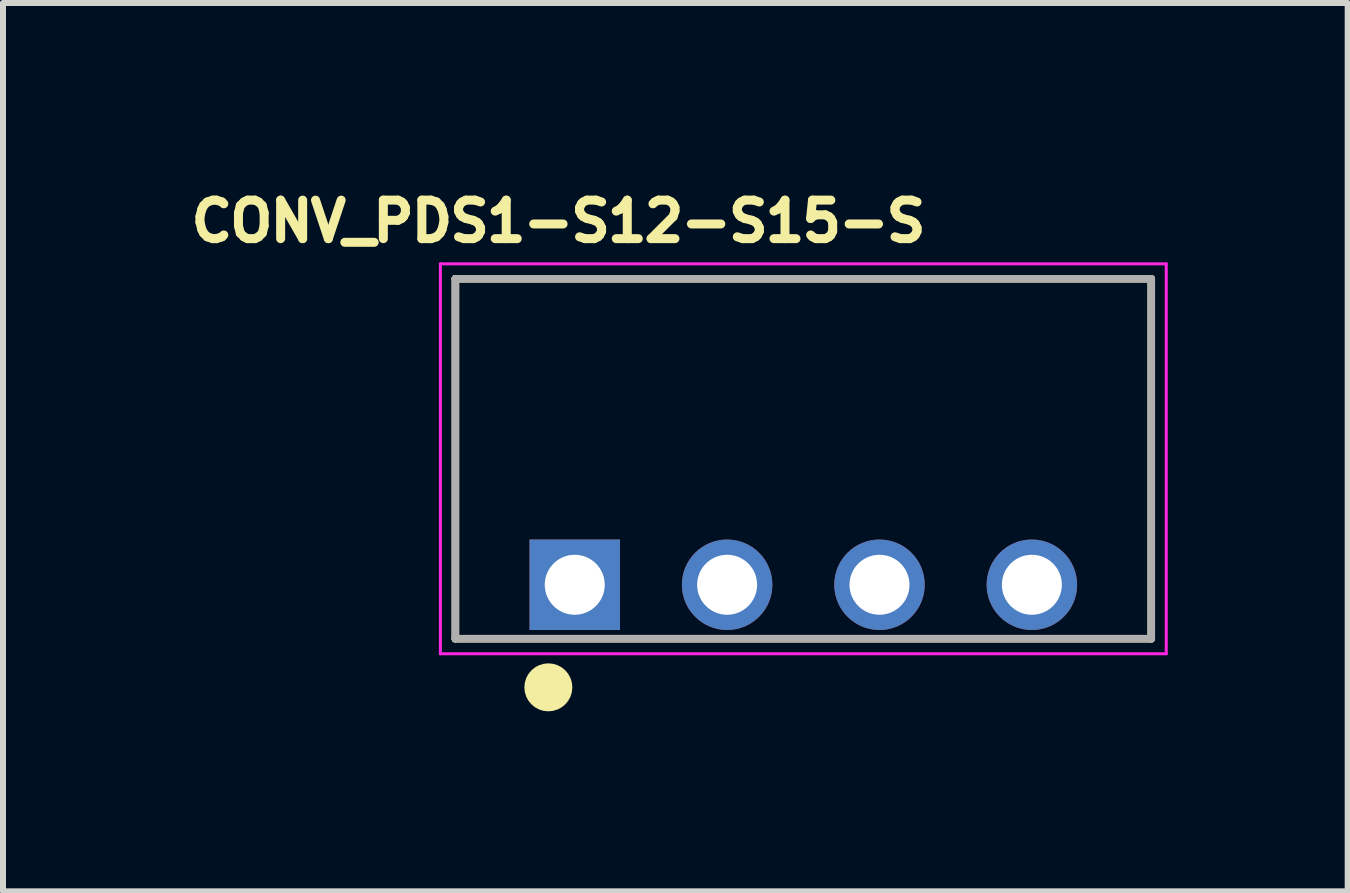
<source format=kicad_pcb>
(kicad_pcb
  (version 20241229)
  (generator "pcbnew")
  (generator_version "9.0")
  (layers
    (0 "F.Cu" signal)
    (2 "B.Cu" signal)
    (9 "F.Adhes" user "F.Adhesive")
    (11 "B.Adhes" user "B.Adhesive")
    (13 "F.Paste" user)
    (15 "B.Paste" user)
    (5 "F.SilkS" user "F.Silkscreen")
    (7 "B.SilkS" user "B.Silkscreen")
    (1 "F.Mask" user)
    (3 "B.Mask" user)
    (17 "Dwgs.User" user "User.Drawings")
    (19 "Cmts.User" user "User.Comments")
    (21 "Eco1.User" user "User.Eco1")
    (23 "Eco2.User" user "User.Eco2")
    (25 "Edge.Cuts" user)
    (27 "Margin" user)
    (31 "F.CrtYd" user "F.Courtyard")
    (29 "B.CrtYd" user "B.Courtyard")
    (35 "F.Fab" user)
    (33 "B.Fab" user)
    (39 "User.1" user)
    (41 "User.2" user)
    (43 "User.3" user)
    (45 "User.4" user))
  (footprint "CONV_PDS1-S12-S15-S"
    (layer "F.Cu")
    (at 10.341 4.598)
    (property "Reference" "CONV_PDS1-S12-S15-S" (at -4.081 -3.959 0) (layer "F.SilkS") (effects (font (size 0.642 0.642) (thickness 0.15))))
    (attr through_hole)
    (fp_line (start -5.8 -3) (end 5.8 -3) (stroke (width 0.127) (type solid)) (layer "F.SilkS"))
    (fp_line (start -5.8 3) (end -5.8 -3) (stroke (width 0.127) (type solid)) (layer "F.SilkS"))
    (fp_line (start 5.8 -3) (end 5.8 3) (stroke (width 0.127) (type solid)) (layer "F.SilkS"))
    (fp_line (start 5.8 3) (end -5.8 3) (stroke (width 0.127) (type solid)) (layer "F.SilkS"))
    (fp_circle (center -4.25 3.81) (end -4.05 3.81) (stroke (width 0.4) (type solid)) (fill no) (layer "F.SilkS"))
    (fp_line (start -6.05 -3.25) (end 6.05 -3.25) (stroke (width 0.05) (type solid)) (layer "F.CrtYd"))
    (fp_line (start -6.05 3.25) (end -6.05 -3.25) (stroke (width 0.05) (type solid)) (layer "F.CrtYd"))
    (fp_line (start 6.05 -3.25) (end 6.05 3.25) (stroke (width 0.05) (type solid)) (layer "F.CrtYd"))
    (fp_line (start 6.05 3.25) (end -6.05 3.25) (stroke (width 0.05) (type solid)) (layer "F.CrtYd"))
    (fp_line (start -5.8 -3) (end 5.8 -3) (stroke (width 0.127) (type solid)) (layer "F.Fab"))
    (fp_line (start -5.8 3) (end -5.8 -3) (stroke (width 0.127) (type solid)) (layer "F.Fab"))
    (fp_line (start 5.8 -3) (end 5.8 3) (stroke (width 0.127) (type solid)) (layer "F.Fab"))
    (fp_line (start 5.8 3) (end -5.8 3) (stroke (width 0.127) (type solid)) (layer "F.Fab"))
    (fp_circle (center -3.75 2.06) (end -3.55 2.06) (stroke (width 0.4) (type solid)) (fill no) (layer "F.Fab"))
    (pad "1" thru_hole rect (at -3.81 2.1) (size 1.508 1.508) (drill 1) (layers "*.Cu" "*.Mask"))
    (pad "2" thru_hole circle (at -1.27 2.1) (size 1.508 1.508) (drill 1) (layers "*.Cu" "*.Mask"))
    (pad "3" thru_hole circle (at 1.27 2.1) (size 1.508 1.508) (drill 1) (layers "*.Cu" "*.Mask"))
    (pad "4" thru_hole circle (at 3.81 2.1) (size 1.508 1.508) (drill 1) (layers "*.Cu" "*.Mask")))
  (gr_rect
    (start -3 -3)
    (end 19.416 11.808)
    (stroke (width 0.1) (type default))
    (fill no)
    (layer "Edge.Cuts")))
</source>
